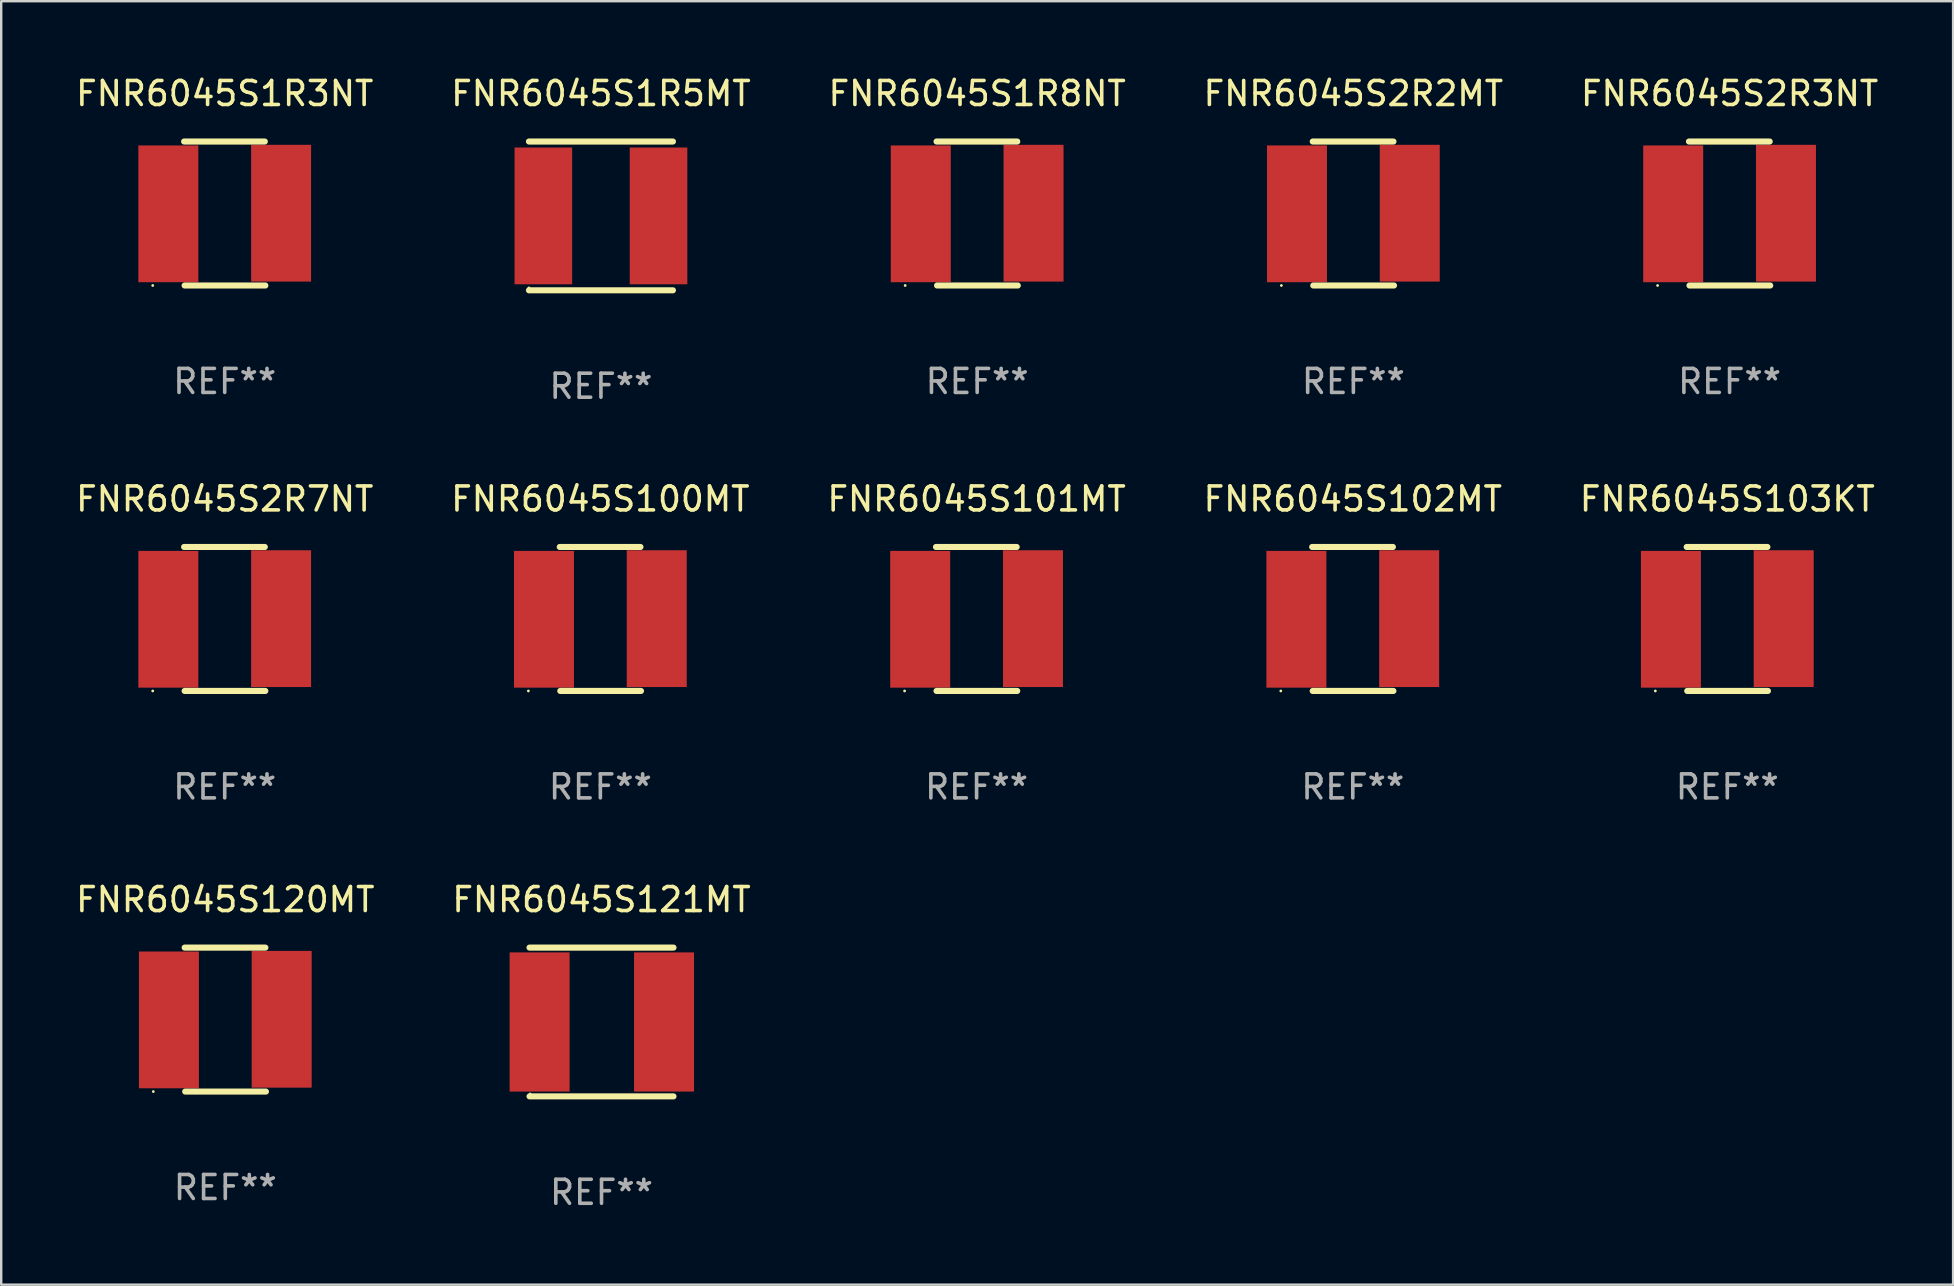
<source format=kicad_pcb>
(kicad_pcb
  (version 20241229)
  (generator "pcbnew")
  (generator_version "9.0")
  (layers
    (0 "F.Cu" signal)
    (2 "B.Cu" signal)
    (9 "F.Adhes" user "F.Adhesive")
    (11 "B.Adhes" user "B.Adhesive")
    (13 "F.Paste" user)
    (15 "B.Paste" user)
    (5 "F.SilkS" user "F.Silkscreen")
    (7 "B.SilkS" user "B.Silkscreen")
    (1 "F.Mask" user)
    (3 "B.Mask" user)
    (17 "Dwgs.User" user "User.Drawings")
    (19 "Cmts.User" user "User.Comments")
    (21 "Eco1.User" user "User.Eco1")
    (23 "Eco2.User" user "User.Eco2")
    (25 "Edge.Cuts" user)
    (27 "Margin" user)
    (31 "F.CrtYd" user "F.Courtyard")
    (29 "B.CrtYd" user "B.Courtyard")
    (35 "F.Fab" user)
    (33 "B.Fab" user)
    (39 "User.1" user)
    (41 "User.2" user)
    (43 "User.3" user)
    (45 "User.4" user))
  (footprint "FNR6045S2R3NT"
    (layer "F.Cu")
    (at 69.03 5.848)
    (property "Reference" "FNR6045S2R3NT" (at 0 -5 0) (layer "F.SilkS") (effects (font (size 1 1) (thickness 0.15))))
    (attr through_hole)
    (fp_line (start -1.693 -3) (end 1.671 -3) (stroke (width 0.254) (type solid)) (layer "F.SilkS"))
    (fp_line (start -1.671 3) (end 1.693 3) (stroke (width 0.254) (type solid)) (layer "F.SilkS"))
    (fp_circle (center -3 3) (end -2.97 3) (stroke (width 0.06) (type solid)) (fill no) (layer "F.SilkS"))
    (fp_text user "REF**" (at 0 7 0) (layer "F.Fab") (effects (font (size 1 1) (thickness 0.15))))
    (pad "1" smd rect (at -2.35 0.013) (size 2.5 5.7) (layers "F.Cu" "F.Mask" "F.Paste"))
    (pad "2" smd rect (at 2.35 -0.013) (size 2.5 5.7) (layers "F.Cu" "F.Mask" "F.Paste")))
  (footprint "FNR6045S1R5MT"
    (layer "F.Cu")
    (at 21.994 5.948)
    (property "Reference" "FNR6045S1R5MT" (at 0 -5.1 0) (layer "F.SilkS") (effects (font (size 1 1) (thickness 0.15))))
    (attr through_hole)
    (fp_line (start -3 -3.1) (end 3 -3.1) (stroke (width 0.254) (type solid)) (layer "F.SilkS"))
    (fp_line (start -3 3.1) (end 3 3.1) (stroke (width 0.254) (type solid)) (layer "F.SilkS"))
    (fp_circle (center -3 3) (end -2.97 3) (stroke (width 0.06) (type solid)) (fill no) (layer "F.SilkS"))
    (fp_text user "REF**" (at 0 7.1 0) (layer "F.Fab") (effects (font (size 1 1) (thickness 0.15))))
    (pad "1" smd rect (at -2.4 0) (size 2.4 5.7) (layers "F.Cu" "F.Mask" "F.Paste"))
    (pad "2" smd rect (at 2.4 0) (size 2.4 5.7) (layers "F.Cu" "F.Mask" "F.Paste")))
  (footprint "FNR6045S100MT"
    (layer "F.Cu")
    (at 21.97 22.745)
    (property "Reference" "FNR6045S100MT" (at 0 -5 0) (layer "F.SilkS") (effects (font (size 1 1) (thickness 0.15))))
    (attr through_hole)
    (fp_line (start -1.693 -3) (end 1.671 -3) (stroke (width 0.254) (type solid)) (layer "F.SilkS"))
    (fp_line (start -1.671 3) (end 1.693 3) (stroke (width 0.254) (type solid)) (layer "F.SilkS"))
    (fp_circle (center -3 3) (end -2.97 3) (stroke (width 0.06) (type solid)) (fill no) (layer "F.SilkS"))
    (fp_text user "REF**" (at 0 7 0) (layer "F.Fab") (effects (font (size 1 1) (thickness 0.15))))
    (pad "1" smd rect (at -2.35 0.013) (size 2.5 5.7) (layers "F.Cu" "F.Mask" "F.Paste"))
    (pad "2" smd rect (at 2.35 -0.013) (size 2.5 5.7) (layers "F.Cu" "F.Mask" "F.Paste")))
  (footprint "FNR6045S2R7NT"
    (layer "F.Cu")
    (at 6.315 22.745)
    (property "Reference" "FNR6045S2R7NT" (at 0 -5 0) (layer "F.SilkS") (effects (font (size 1 1) (thickness 0.15))))
    (attr through_hole)
    (fp_line (start -1.693 -3) (end 1.671 -3) (stroke (width 0.254) (type solid)) (layer "F.SilkS"))
    (fp_line (start -1.671 3) (end 1.693 3) (stroke (width 0.254) (type solid)) (layer "F.SilkS"))
    (fp_circle (center -3 3) (end -2.97 3) (stroke (width 0.06) (type solid)) (fill no) (layer "F.SilkS"))
    (fp_text user "REF**" (at 0 7 0) (layer "F.Fab") (effects (font (size 1 1) (thickness 0.15))))
    (pad "1" smd rect (at -2.35 0.013) (size 2.5 5.7) (layers "F.Cu" "F.Mask" "F.Paste"))
    (pad "2" smd rect (at 2.35 -0.013) (size 2.5 5.7) (layers "F.Cu" "F.Mask" "F.Paste")))
  (footprint "FNR6045S2R2MT"
    (layer "F.Cu")
    (at 53.351 5.848)
    (property "Reference" "FNR6045S2R2MT" (at 0 -5 0) (layer "F.SilkS") (effects (font (size 1 1) (thickness 0.15))))
    (attr through_hole)
    (fp_line (start -1.693 -3) (end 1.671 -3) (stroke (width 0.254) (type solid)) (layer "F.SilkS"))
    (fp_line (start -1.671 3) (end 1.693 3) (stroke (width 0.254) (type solid)) (layer "F.SilkS"))
    (fp_circle (center -3 3) (end -2.97 3) (stroke (width 0.06) (type solid)) (fill no) (layer "F.SilkS"))
    (fp_text user "REF**" (at 0 7 0) (layer "F.Fab") (effects (font (size 1 1) (thickness 0.15))))
    (pad "1" smd rect (at -2.35 0.013) (size 2.5 5.7) (layers "F.Cu" "F.Mask" "F.Paste"))
    (pad "2" smd rect (at 2.35 -0.013) (size 2.5 5.7) (layers "F.Cu" "F.Mask" "F.Paste")))
  (footprint "FNR6045S101MT"
    (layer "F.Cu")
    (at 37.649 22.745)
    (property "Reference" "FNR6045S101MT" (at 0 -5 0) (layer "F.SilkS") (effects (font (size 1 1) (thickness 0.15))))
    (attr through_hole)
    (fp_line (start -1.693 -3) (end 1.671 -3) (stroke (width 0.254) (type solid)) (layer "F.SilkS"))
    (fp_line (start -1.671 3) (end 1.693 3) (stroke (width 0.254) (type solid)) (layer "F.SilkS"))
    (fp_circle (center -3 3) (end -2.97 3) (stroke (width 0.06) (type solid)) (fill no) (layer "F.SilkS"))
    (fp_text user "REF**" (at 0 7 0) (layer "F.Fab") (effects (font (size 1 1) (thickness 0.15))))
    (pad "1" smd rect (at -2.35 0.013) (size 2.5 5.7) (layers "F.Cu" "F.Mask" "F.Paste"))
    (pad "2" smd rect (at 2.35 -0.013) (size 2.5 5.7) (layers "F.Cu" "F.Mask" "F.Paste")))
  (footprint "FNR6045S1R3NT"
    (layer "F.Cu")
    (at 6.315 5.848)
    (property "Reference" "FNR6045S1R3NT" (at 0 -5 0) (layer "F.SilkS") (effects (font (size 1 1) (thickness 0.15))))
    (attr through_hole)
    (fp_line (start -1.693 -3) (end 1.671 -3) (stroke (width 0.254) (type solid)) (layer "F.SilkS"))
    (fp_line (start -1.671 3) (end 1.693 3) (stroke (width 0.254) (type solid)) (layer "F.SilkS"))
    (fp_circle (center -3 3) (end -2.97 3) (stroke (width 0.06) (type solid)) (fill no) (layer "F.SilkS"))
    (fp_text user "REF**" (at 0 7 0) (layer "F.Fab") (effects (font (size 1 1) (thickness 0.15))))
    (pad "1" smd rect (at -2.35 0.013) (size 2.5 5.7) (layers "F.Cu" "F.Mask" "F.Paste"))
    (pad "2" smd rect (at 2.35 -0.013) (size 2.5 5.7) (layers "F.Cu" "F.Mask" "F.Paste")))
  (footprint "FNR6045S121MT"
    (layer "F.Cu")
    (at 22.018 39.541)
    (property "Reference" "FNR6045S121MT" (at 0 -5.1 0) (layer "F.SilkS") (effects (font (size 1 1) (thickness 0.15))))
    (attr through_hole)
    (fp_line (start -3 -3.1) (end 3 -3.1) (stroke (width 0.254) (type solid)) (layer "F.SilkS"))
    (fp_line (start -3 3.1) (end 3 3.1) (stroke (width 0.254) (type solid)) (layer "F.SilkS"))
    (fp_circle (center -2.975 3) (end -2.945 3) (stroke (width 0.06) (type solid)) (fill no) (layer "F.SilkS"))
    (fp_text user "REF**" (at 0 7.1 0) (layer "F.Fab") (effects (font (size 1 1) (thickness 0.15))))
    (pad "1" smd rect (at -2.58 0) (size 2.5 5.8) (layers "F.Cu" "F.Mask" "F.Paste"))
    (pad "2" smd rect (at 2.606 0) (size 2.5 5.8) (layers "F.Cu" "F.Mask" "F.Paste")))
  (footprint "FNR6045S1R8NT"
    (layer "F.Cu")
    (at 37.673 5.848)
    (property "Reference" "FNR6045S1R8NT" (at 0 -5 0) (layer "F.SilkS") (effects (font (size 1 1) (thickness 0.15))))
    (attr through_hole)
    (fp_line (start -1.693 -3) (end 1.671 -3) (stroke (width 0.254) (type solid)) (layer "F.SilkS"))
    (fp_line (start -1.671 3) (end 1.693 3) (stroke (width 0.254) (type solid)) (layer "F.SilkS"))
    (fp_circle (center -3 3) (end -2.97 3) (stroke (width 0.06) (type solid)) (fill no) (layer "F.SilkS"))
    (fp_text user "REF**" (at 0 7 0) (layer "F.Fab") (effects (font (size 1 1) (thickness 0.15))))
    (pad "1" smd rect (at -2.35 0.013) (size 2.5 5.7) (layers "F.Cu" "F.Mask" "F.Paste"))
    (pad "2" smd rect (at 2.35 -0.013) (size 2.5 5.7) (layers "F.Cu" "F.Mask" "F.Paste")))
  (footprint "FNR6045S120MT"
    (layer "F.Cu")
    (at 6.339 39.441)
    (property "Reference" "FNR6045S120MT" (at 0 -5 0) (layer "F.SilkS") (effects (font (size 1 1) (thickness 0.15))))
    (attr through_hole)
    (fp_line (start -1.693 -3) (end 1.671 -3) (stroke (width 0.254) (type solid)) (layer "F.SilkS"))
    (fp_line (start -1.671 3) (end 1.693 3) (stroke (width 0.254) (type solid)) (layer "F.SilkS"))
    (fp_circle (center -3 3) (end -2.97 3) (stroke (width 0.06) (type solid)) (fill no) (layer "F.SilkS"))
    (fp_text user "REF**" (at 0 7 0) (layer "F.Fab") (effects (font (size 1 1) (thickness 0.15))))
    (pad "1" smd rect (at -2.35 0.013) (size 2.5 5.7) (layers "F.Cu" "F.Mask" "F.Paste"))
    (pad "2" smd rect (at 2.35 -0.013) (size 2.5 5.7) (layers "F.Cu" "F.Mask" "F.Paste")))
  (footprint "FNR6045S103KT"
    (layer "F.Cu")
    (at 68.935 22.745)
    (property "Reference" "FNR6045S103KT" (at 0 -5 0) (layer "F.SilkS") (effects (font (size 1 1) (thickness 0.15))))
    (attr through_hole)
    (fp_line (start -1.693 -3) (end 1.671 -3) (stroke (width 0.254) (type solid)) (layer "F.SilkS"))
    (fp_line (start -1.671 3) (end 1.693 3) (stroke (width 0.254) (type solid)) (layer "F.SilkS"))
    (fp_circle (center -3 3) (end -2.97 3) (stroke (width 0.06) (type solid)) (fill no) (layer "F.SilkS"))
    (fp_text user "REF**" (at 0 7 0) (layer "F.Fab") (effects (font (size 1 1) (thickness 0.15))))
    (pad "1" smd rect (at -2.35 0.013) (size 2.5 5.7) (layers "F.Cu" "F.Mask" "F.Paste"))
    (pad "2" smd rect (at 2.35 -0.013) (size 2.5 5.7) (layers "F.Cu" "F.Mask" "F.Paste")))
  (footprint "FNR6045S102MT"
    (layer "F.Cu")
    (at 53.327 22.745)
    (property "Reference" "FNR6045S102MT" (at 0 -5 0) (layer "F.SilkS") (effects (font (size 1 1) (thickness 0.15))))
    (attr through_hole)
    (fp_line (start -1.693 -3) (end 1.671 -3) (stroke (width 0.254) (type solid)) (layer "F.SilkS"))
    (fp_line (start -1.671 3) (end 1.693 3) (stroke (width 0.254) (type solid)) (layer "F.SilkS"))
    (fp_circle (center -3 3) (end -2.97 3) (stroke (width 0.06) (type solid)) (fill no) (layer "F.SilkS"))
    (fp_text user "REF**" (at 0 7 0) (layer "F.Fab") (effects (font (size 1 1) (thickness 0.15))))
    (pad "1" smd rect (at -2.35 0.013) (size 2.5 5.7) (layers "F.Cu" "F.Mask" "F.Paste"))
    (pad "2" smd rect (at 2.35 -0.013) (size 2.5 5.7) (layers "F.Cu" "F.Mask" "F.Paste")))
  (gr_rect
    (start -3 -3)
    (end 78.345 50.489)
    (stroke (width 0.1) (type default))
    (fill no)
    (layer "Edge.Cuts")))
</source>
